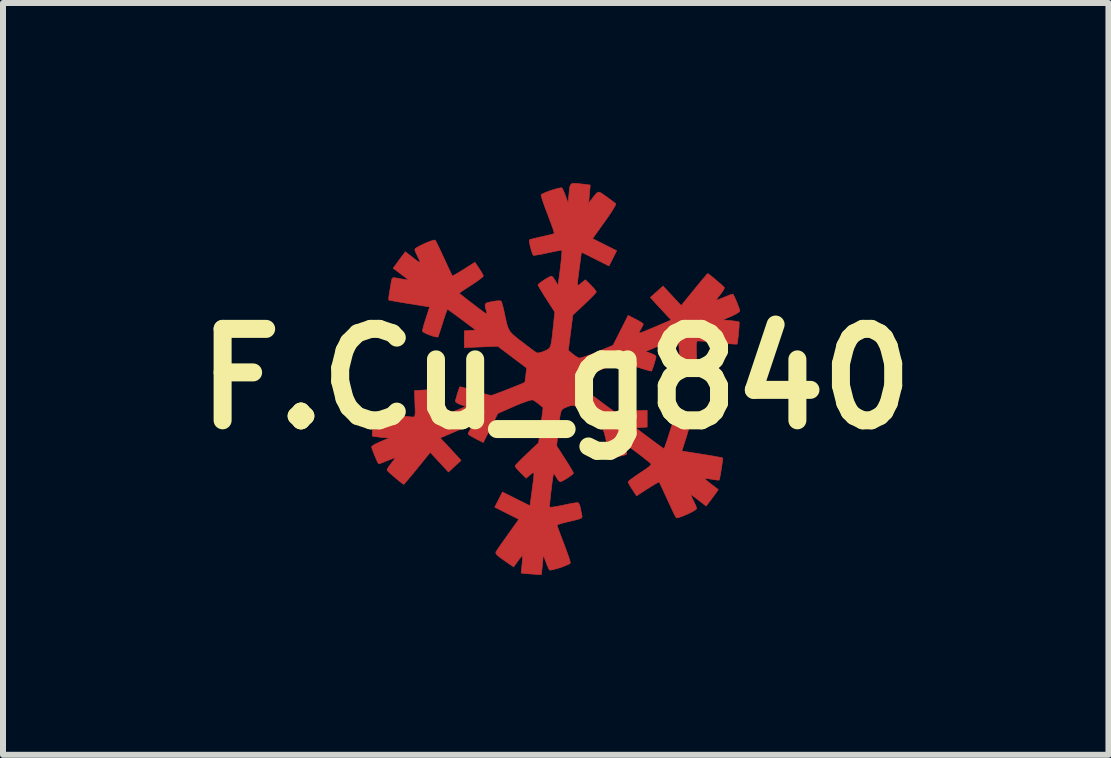
<source format=kicad_pcb>
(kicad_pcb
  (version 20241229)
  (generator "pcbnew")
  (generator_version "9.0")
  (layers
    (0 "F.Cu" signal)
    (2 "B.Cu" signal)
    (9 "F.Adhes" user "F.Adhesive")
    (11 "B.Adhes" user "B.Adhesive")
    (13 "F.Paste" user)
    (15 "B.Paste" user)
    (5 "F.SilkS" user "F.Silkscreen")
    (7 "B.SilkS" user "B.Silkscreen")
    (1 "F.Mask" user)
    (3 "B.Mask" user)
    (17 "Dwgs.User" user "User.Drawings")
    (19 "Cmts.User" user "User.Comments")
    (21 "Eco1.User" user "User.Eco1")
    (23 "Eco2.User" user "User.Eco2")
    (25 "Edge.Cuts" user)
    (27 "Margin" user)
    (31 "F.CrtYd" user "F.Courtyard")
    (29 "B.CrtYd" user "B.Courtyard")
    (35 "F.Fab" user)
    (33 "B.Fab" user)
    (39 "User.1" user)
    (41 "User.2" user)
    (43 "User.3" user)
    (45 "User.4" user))
  (footprint "F.Cu_g840"
    (layer "F.Cu")
    (at 6.212 3.266)
    (property "Reference" "F.Cu_g840" (at 0 0 0) (layer "F.SilkS") (effects (font (size 1.524 1.524) (thickness 0.3))))
    (attr through_hole)
    (fp_poly (pts (xy 0.37 -3.257) (xy 0.462 -3.246) (xy 0.575 -3.232) (xy 0.549 -2.932) (xy 0.598 -2.993) (xy 0.651 -3.062) (xy 0.687 -3.102) (xy 0.717 -3.115) (xy 0.751 -3.103) (xy 0.802 -3.068) (xy 0.847 -3.036) (xy 0.914 -2.987) (xy 0.967 -2.947) (xy 0.999 -2.923) (xy 1.002 -2.921) (xy 0.996 -2.899) (xy 0.969 -2.85) (xy 0.924 -2.778) (xy 0.865 -2.691) (xy 0.816 -2.622) (xy 0.614 -2.339) (xy 0.815 -2.238) (xy 1.016 -2.137) (xy 0.952 -2.011) (xy 0.888 -1.884) (xy 0.429 -2.114) (xy 0.394 -1.856) (xy 0.378 -1.733) (xy 0.367 -1.647) (xy 0.363 -1.593) (xy 0.366 -1.566) (xy 0.377 -1.561) (xy 0.397 -1.573) (xy 0.425 -1.596) (xy 0.426 -1.598) (xy 0.493 -1.654) (xy 0.585 -1.563) (xy 0.634 -1.512) (xy 0.667 -1.471) (xy 0.677 -1.453) (xy 0.663 -1.431) (xy 0.623 -1.387) (xy 0.563 -1.327) (xy 0.49 -1.257) (xy 0.481 -1.248) (xy 0.285 -1.064) (xy 0.21 -0.477) (xy 0.28 -0.419) (xy 0.332 -0.379) (xy 0.376 -0.353) (xy 0.385 -0.349) (xy 0.417 -0.352) (xy 0.479 -0.37) (xy 0.563 -0.399) (xy 0.662 -0.438) (xy 0.688 -0.449) (xy 0.956 -0.561) (xy 1.207 -1.059) (xy 1.334 -0.995) (xy 1.398 -0.96) (xy 1.443 -0.932) (xy 1.46 -0.915) (xy 1.45 -0.888) (xy 1.425 -0.842) (xy 1.418 -0.831) (xy 1.395 -0.787) (xy 1.39 -0.763) (xy 1.392 -0.762) (xy 1.416 -0.77) (xy 1.471 -0.791) (xy 1.55 -0.824) (xy 1.645 -0.863) (xy 1.667 -0.873) (xy 1.926 -0.983) (xy 1.825 -1.089) (xy 1.76 -1.159) (xy 1.693 -1.231) (xy 1.651 -1.277) (xy 1.577 -1.359) (xy 1.683 -1.453) (xy 1.789 -1.548) (xy 1.94 -1.386) (xy 2.091 -1.223) (xy 2.308 -1.49) (xy 2.381 -1.58) (xy 2.445 -1.656) (xy 2.495 -1.715) (xy 2.525 -1.75) (xy 2.533 -1.757) (xy 2.554 -1.744) (xy 2.597 -1.711) (xy 2.653 -1.665) (xy 2.711 -1.615) (xy 2.764 -1.569) (xy 2.8 -1.534) (xy 2.812 -1.52) (xy 2.803 -1.495) (xy 2.774 -1.449) (xy 2.742 -1.407) (xy 2.702 -1.357) (xy 2.679 -1.322) (xy 2.677 -1.312) (xy 2.701 -1.32) (xy 2.753 -1.34) (xy 2.818 -1.366) (xy 2.884 -1.393) (xy 2.934 -1.41) (xy 2.954 -1.413) (xy 2.97 -1.386) (xy 2.995 -1.333) (xy 3.023 -1.267) (xy 3.048 -1.202) (xy 3.065 -1.153) (xy 3.069 -1.134) (xy 3.051 -1.113) (xy 3.003 -1.082) (xy 2.935 -1.049) (xy 2.926 -1.045) (xy 2.783 -0.984) (xy 2.916 -0.972) (xy 2.986 -0.964) (xy 3.037 -0.956) (xy 3.057 -0.95) (xy 3.058 -0.927) (xy 3.056 -0.874) (xy 3.051 -0.803) (xy 3.043 -0.726) (xy 3.035 -0.655) (xy 3.028 -0.603) (xy 3.022 -0.581) (xy 2.999 -0.58) (xy 2.943 -0.583) (xy 2.859 -0.59) (xy 2.757 -0.6) (xy 2.719 -0.604) (xy 2.608 -0.615) (xy 2.51 -0.624) (xy 2.433 -0.631) (xy 2.387 -0.634) (xy 2.381 -0.634) (xy 2.362 -0.632) (xy 2.35 -0.62) (xy 2.344 -0.591) (xy 2.342 -0.537) (xy 2.345 -0.451) (xy 2.346 -0.415) (xy 2.354 -0.194) (xy 2.22 -0.186) (xy 2.15 -0.182) (xy 2.099 -0.18) (xy 2.081 -0.18) (xy 2.078 -0.2) (xy 2.073 -0.254) (xy 2.068 -0.334) (xy 2.062 -0.429) (xy 2.055 -0.526) (xy 2.049 -0.605) (xy 2.043 -0.658) (xy 2.038 -0.677) (xy 2.016 -0.67) (xy 1.963 -0.649) (xy 1.885 -0.618) (xy 1.79 -0.579) (xy 1.762 -0.568) (xy 1.495 -0.458) (xy 1.583 -0.428) (xy 1.637 -0.405) (xy 1.669 -0.381) (xy 1.672 -0.372) (xy 1.666 -0.342) (xy 1.651 -0.287) (xy 1.632 -0.224) (xy 1.613 -0.168) (xy 1.599 -0.134) (xy 1.597 -0.131) (xy 1.576 -0.134) (xy 1.523 -0.148) (xy 1.446 -0.171) (xy 1.353 -0.2) (xy 1.257 -0.229) (xy 1.174 -0.254) (xy 1.113 -0.27) (xy 1.084 -0.275) (xy 1.054 -0.268) (xy 0.993 -0.247) (xy 0.909 -0.216) (xy 0.81 -0.177) (xy 0.783 -0.166) (xy 0.512 -0.057) (xy 0.498 0.059) (xy 0.493 0.126) (xy 0.495 0.175) (xy 0.501 0.191) (xy 0.524 0.209) (xy 0.574 0.247) (xy 0.644 0.3) (xy 0.728 0.362) (xy 0.747 0.377) (xy 0.976 0.545) (xy 1.25 0.534) (xy 1.524 0.523) (xy 1.524 0.802) (xy 1.428 0.808) (xy 1.332 0.815) (xy 1.565 0.99) (xy 1.65 1.053) (xy 1.723 1.106) (xy 1.776 1.144) (xy 1.803 1.163) (xy 1.805 1.164) (xy 1.814 1.145) (xy 1.832 1.094) (xy 1.858 1.019) (xy 1.884 0.937) (xy 1.913 0.845) (xy 1.938 0.77) (xy 1.955 0.718) (xy 1.962 0.7) (xy 1.986 0.699) (xy 2.035 0.71) (xy 2.097 0.731) (xy 2.157 0.755) (xy 2.203 0.779) (xy 2.222 0.797) (xy 2.223 0.797) (xy 2.216 0.829) (xy 2.2 0.89) (xy 2.176 0.97) (xy 2.162 1.013) (xy 2.102 1.201) (xy 2.439 1.255) (xy 2.553 1.273) (xy 2.651 1.29) (xy 2.727 1.304) (xy 2.772 1.313) (xy 2.783 1.316) (xy 2.782 1.338) (xy 2.776 1.391) (xy 2.766 1.461) (xy 2.754 1.538) (xy 2.742 1.608) (xy 2.731 1.662) (xy 2.724 1.686) (xy 2.724 1.686) (xy 2.701 1.686) (xy 2.649 1.68) (xy 2.603 1.672) (xy 2.54 1.662) (xy 2.495 1.657) (xy 2.483 1.659) (xy 2.495 1.674) (xy 2.533 1.707) (xy 2.589 1.752) (xy 2.593 1.755) (xy 2.71 1.844) (xy 2.646 1.933) (xy 2.6 1.995) (xy 2.559 2.051) (xy 2.544 2.07) (xy 2.507 2.118) (xy 2.383 2.022) (xy 2.323 1.976) (xy 2.276 1.942) (xy 2.252 1.926) (xy 2.251 1.926) (xy 2.255 1.943) (xy 2.275 1.987) (xy 2.296 2.031) (xy 2.326 2.093) (xy 2.345 2.142) (xy 2.349 2.159) (xy 2.332 2.179) (xy 2.285 2.208) (xy 2.221 2.24) (xy 2.15 2.272) (xy 2.083 2.298) (xy 2.033 2.314) (xy 2.009 2.313) (xy 1.994 2.289) (xy 1.966 2.233) (xy 1.928 2.153) (xy 1.883 2.057) (xy 1.862 2.011) (xy 1.816 1.91) (xy 1.776 1.824) (xy 1.745 1.759) (xy 1.727 1.722) (xy 1.724 1.717) (xy 1.704 1.725) (xy 1.657 1.751) (xy 1.59 1.792) (xy 1.532 1.828) (xy 1.348 1.948) (xy 1.277 1.842) (xy 1.239 1.783) (xy 1.214 1.736) (xy 1.206 1.716) (xy 1.223 1.697) (xy 1.269 1.661) (xy 1.336 1.613) (xy 1.409 1.564) (xy 1.498 1.505) (xy 1.555 1.463) (xy 1.584 1.435) (xy 1.589 1.416) (xy 1.584 1.408) (xy 1.539 1.371) (xy 1.477 1.321) (xy 1.405 1.265) (xy 1.33 1.208) (xy 1.259 1.156) (xy 1.201 1.114) (xy 1.163 1.089) (xy 1.152 1.084) (xy 1.152 1.108) (xy 1.162 1.156) (xy 1.165 1.165) (xy 1.178 1.217) (xy 1.185 1.249) (xy 1.185 1.251) (xy 1.166 1.263) (xy 1.119 1.277) (xy 1.056 1.29) (xy 0.992 1.299) (xy 0.939 1.303) (xy 0.912 1.299) (xy 0.911 1.298) (xy 0.9 1.27) (xy 0.883 1.212) (xy 0.864 1.135) (xy 0.859 1.111) (xy 0.833 0.992) (xy 0.812 0.904) (xy 0.79 0.84) (xy 0.762 0.79) (xy 0.723 0.745) (xy 0.667 0.697) (xy 0.588 0.636) (xy 0.546 0.604) (xy 0.451 0.531) (xy 0.382 0.482) (xy 0.331 0.452) (xy 0.289 0.441) (xy 0.249 0.444) (xy 0.202 0.46) (xy 0.158 0.478) (xy 0.129 0.491) (xy 0.108 0.508) (xy 0.092 0.533) (xy 0.079 0.575) (xy 0.068 0.64) (xy 0.056 0.733) (xy 0.042 0.862) (xy 0.041 0.87) (xy 0.015 1.115) (xy 0.156 1.334) (xy 0.21 1.419) (xy 0.254 1.492) (xy 0.284 1.545) (xy 0.296 1.57) (xy 0.296 1.57) (xy 0.28 1.59) (xy 0.238 1.622) (xy 0.184 1.658) (xy 0.13 1.69) (xy 0.087 1.711) (xy 0.074 1.714) (xy 0.051 1.697) (xy 0.021 1.655) (xy 0.012 1.64) (xy -0.015 1.596) (xy -0.033 1.574) (xy -0.035 1.574) (xy -0.041 1.597) (xy -0.05 1.653) (xy -0.061 1.731) (xy -0.072 1.823) (xy -0.084 1.918) (xy -0.093 2.006) (xy -0.1 2.078) (xy -0.103 2.124) (xy -0.102 2.135) (xy -0.08 2.138) (xy -0.026 2.132) (xy 0.053 2.118) (xy 0.127 2.103) (xy 0.22 2.083) (xy 0.299 2.069) (xy 0.353 2.061) (xy 0.373 2.062) (xy 0.392 2.087) (xy 0.408 2.137) (xy 0.412 2.152) (xy 0.424 2.218) (xy 0.436 2.273) (xy 0.437 2.279) (xy 0.439 2.3) (xy 0.429 2.316) (xy 0.398 2.331) (xy 0.342 2.347) (xy 0.252 2.369) (xy 0.235 2.372) (xy 0.146 2.394) (xy 0.076 2.413) (xy 0.032 2.429) (xy 0.021 2.436) (xy 0.028 2.46) (xy 0.049 2.517) (xy 0.079 2.598) (xy 0.117 2.697) (xy 0.138 2.752) (xy 0.177 2.857) (xy 0.21 2.948) (xy 0.233 3.019) (xy 0.244 3.061) (xy 0.244 3.069) (xy 0.217 3.087) (xy 0.164 3.111) (xy 0.095 3.137) (xy 0.022 3.16) (xy -0.044 3.178) (xy -0.09 3.186) (xy -0.104 3.183) (xy -0.121 3.154) (xy -0.145 3.099) (xy -0.164 3.048) (xy -0.207 2.932) (xy -0.222 3.096) (xy -0.238 3.26) (xy -0.325 3.256) (xy -0.406 3.251) (xy -0.487 3.245) (xy -0.494 3.244) (xy -0.576 3.236) (xy -0.561 3.089) (xy -0.555 3.016) (xy -0.553 2.964) (xy -0.555 2.942) (xy -0.555 2.942) (xy -0.571 2.958) (xy -0.604 2.998) (xy -0.633 3.038) (xy -0.701 3.133) (xy -0.858 3.025) (xy -0.934 2.97) (xy -0.979 2.932) (xy -0.994 2.91) (xy -0.55 2.91) (xy -0.54 2.921) (xy -0.529 2.91) (xy -0.54 2.9) (xy -0.55 2.91) (xy -0.994 2.91) (xy -0.998 2.904) (xy -0.997 2.883) (xy -0.996 2.882) (xy -0.977 2.853) (xy -0.939 2.796) (xy -0.886 2.72) (xy -0.822 2.631) (xy -0.796 2.593) (xy -0.614 2.339) (xy -0.815 2.238) (xy -1.016 2.137) (xy -0.952 2.011) (xy -0.888 1.884) (xy -0.429 2.114) (xy -0.394 1.856) (xy -0.378 1.733) (xy -0.367 1.647) (xy -0.363 1.593) (xy -0.367 1.566) (xy -0.377 1.561) (xy -0.397 1.573) (xy -0.425 1.596) (xy -0.427 1.597) (xy -0.493 1.654) (xy -0.585 1.563) (xy -0.634 1.512) (xy -0.667 1.471) (xy -0.677 1.453) (xy -0.663 1.431) (xy -0.623 1.387) (xy -0.563 1.327) (xy -0.49 1.257) (xy -0.481 1.248) (xy -0.285 1.064) (xy -0.21 0.477) (xy -0.28 0.419) (xy -0.332 0.379) (xy -0.376 0.352) (xy -0.385 0.349) (xy -0.417 0.352) (xy -0.48 0.371) (xy -0.565 0.402) (xy -0.666 0.443) (xy -0.693 0.455) (xy -0.965 0.574) (xy -1.086 0.816) (xy -1.207 1.059) (xy -1.334 0.995) (xy -1.398 0.96) (xy -1.443 0.932) (xy -1.46 0.915) (xy -1.45 0.888) (xy -1.425 0.842) (xy -1.418 0.831) (xy -1.395 0.787) (xy -1.39 0.763) (xy -1.392 0.762) (xy -1.416 0.77) (xy -1.471 0.791) (xy -1.55 0.824) (xy -1.645 0.863) (xy -1.667 0.873) (xy -1.926 0.983) (xy -1.825 1.089) (xy -1.76 1.159) (xy -1.693 1.231) (xy -1.651 1.277) (xy -1.577 1.358) (xy -1.683 1.455) (xy -1.788 1.551) (xy -2.091 1.223) (xy -2.308 1.49) (xy -2.381 1.58) (xy -2.445 1.656) (xy -2.495 1.715) (xy -2.525 1.75) (xy -2.533 1.757) (xy -2.554 1.744) (xy -2.597 1.711) (xy -2.653 1.665) (xy -2.711 1.615) (xy -2.764 1.569) (xy -2.8 1.534) (xy -2.812 1.52) (xy -2.803 1.495) (xy -2.774 1.449) (xy -2.742 1.407) (xy -2.702 1.357) (xy -2.679 1.322) (xy -2.677 1.312) (xy -2.701 1.32) (xy -2.753 1.34) (xy -2.818 1.366) (xy -2.884 1.393) (xy -2.933 1.41) (xy -2.953 1.414) (xy -2.968 1.388) (xy -2.992 1.335) (xy -3.02 1.27) (xy -3.045 1.205) (xy -3.064 1.154) (xy -3.069 1.132) (xy -3.051 1.112) (xy -3.003 1.083) (xy -2.934 1.051) (xy -2.921 1.045) (xy -2.773 0.984) (xy -2.91 0.972) (xy -2.982 0.964) (xy -3.035 0.957) (xy -3.057 0.951) (xy -3.058 0.928) (xy -3.056 0.874) (xy -3.05 0.803) (xy -3.043 0.726) (xy -3.035 0.655) (xy -3.028 0.603) (xy -3.022 0.581) (xy -2.999 0.58) (xy -2.943 0.583) (xy -2.859 0.59) (xy -2.757 0.6) (xy -2.719 0.604) (xy -2.608 0.615) (xy -2.51 0.624) (xy -2.433 0.631) (xy -2.387 0.634) (xy -2.381 0.634) (xy -2.362 0.632) (xy -2.35 0.62) (xy -2.344 0.591) (xy -2.342 0.537) (xy -2.345 0.451) (xy -2.346 0.415) (xy -2.354 0.194) (xy -2.22 0.186) (xy -2.15 0.182) (xy -2.099 0.18) (xy -2.081 0.18) (xy -2.078 0.2) (xy -2.073 0.254) (xy -2.068 0.334) (xy -2.062 0.429) (xy -2.055 0.526) (xy -2.049 0.605) (xy -2.043 0.658) (xy -2.038 0.677) (xy -2.016 0.67) (xy -1.963 0.649) (xy -1.885 0.618) (xy -1.79 0.579) (xy -1.762 0.568) (xy -1.495 0.458) (xy -1.583 0.428) (xy -1.637 0.405) (xy -1.669 0.381) (xy -1.672 0.372) (xy -1.666 0.342) (xy -1.651 0.287) (xy -1.632 0.224) (xy -1.613 0.168) (xy -1.599 0.134) (xy -1.597 0.131) (xy -1.576 0.134) (xy -1.523 0.148) (xy -1.445 0.171) (xy -1.351 0.199) (xy -1.35 0.2) (xy -1.253 0.229) (xy -1.169 0.253) (xy -1.107 0.269) (xy -1.077 0.275) (xy -1.051 0.268) (xy -0.995 0.248) (xy -0.917 0.219) (xy -0.828 0.185) (xy -0.735 0.148) (xy -0.649 0.114) (xy -0.577 0.084) (xy -0.53 0.063) (xy -0.515 0.056) (xy -0.511 0.035) (xy -0.504 -0.015) (xy -0.498 -0.065) (xy -0.483 -0.182) (xy -0.725 -0.364) (xy -0.967 -0.546) (xy -1.245 -0.534) (xy -1.524 -0.523) (xy -1.524 -0.802) (xy -1.428 -0.808) (xy -1.332 -0.815) (xy -1.565 -0.99) (xy -1.65 -1.053) (xy -1.723 -1.106) (xy -1.776 -1.144) (xy -1.803 -1.163) (xy -1.805 -1.164) (xy -1.814 -1.145) (xy -1.832 -1.094) (xy -1.858 -1.019) (xy -1.884 -0.937) (xy -1.913 -0.845) (xy -1.938 -0.77) (xy -1.955 -0.718) (xy -1.962 -0.7) (xy -1.986 -0.699) (xy -2.035 -0.71) (xy -2.097 -0.731) (xy -2.157 -0.755) (xy -2.203 -0.779) (xy -2.222 -0.797) (xy -2.223 -0.797) (xy -2.216 -0.829) (xy -2.2 -0.89) (xy -2.176 -0.97) (xy -2.162 -1.013) (xy -2.102 -1.201) (xy -2.439 -1.255) (xy -2.553 -1.273) (xy -2.652 -1.29) (xy -2.727 -1.304) (xy -2.773 -1.313) (xy -2.783 -1.316) (xy -2.784 -1.339) (xy -2.778 -1.391) (xy -2.771 -1.439) (xy -2.757 -1.52) (xy -2.745 -1.595) (xy -2.74 -1.626) (xy -2.728 -1.673) (xy -2.706 -1.689) (xy -2.671 -1.685) (xy -2.611 -1.674) (xy -2.54 -1.662) (xy -2.529 -1.66) (xy -2.445 -1.646) (xy -2.577 -1.746) (xy -2.709 -1.845) (xy -2.645 -1.933) (xy -2.6 -1.996) (xy -2.558 -2.052) (xy -2.543 -2.071) (xy -2.506 -2.12) (xy -2.401 -2.038) (xy -2.327 -1.98) (xy -2.282 -1.949) (xy -2.263 -1.945) (xy -2.265 -1.966) (xy -2.287 -2.013) (xy -2.295 -2.029) (xy -2.325 -2.092) (xy -2.345 -2.141) (xy -2.349 -2.16) (xy -2.332 -2.179) (xy -2.285 -2.208) (xy -2.221 -2.24) (xy -2.15 -2.272) (xy -2.084 -2.298) (xy -2.033 -2.314) (xy -2.009 -2.313) (xy -1.994 -2.289) (xy -1.966 -2.233) (xy -1.928 -2.154) (xy -1.883 -2.057) (xy -1.861 -2.011) (xy -1.815 -1.91) (xy -1.775 -1.824) (xy -1.744 -1.759) (xy -1.727 -1.723) (xy -1.724 -1.717) (xy -1.704 -1.725) (xy -1.657 -1.751) (xy -1.59 -1.791) (xy -1.532 -1.827) (xy -1.347 -1.945) (xy -1.277 -1.841) (xy -1.239 -1.782) (xy -1.213 -1.735) (xy -1.206 -1.715) (xy -1.223 -1.696) (xy -1.269 -1.659) (xy -1.336 -1.611) (xy -1.408 -1.564) (xy -1.488 -1.512) (xy -1.552 -1.47) (xy -1.595 -1.44) (xy -1.609 -1.43) (xy -1.593 -1.416) (xy -1.551 -1.382) (xy -1.491 -1.335) (xy -1.419 -1.279) (xy -1.344 -1.222) (xy -1.274 -1.169) (xy -1.215 -1.125) (xy -1.176 -1.097) (xy -1.167 -1.091) (xy -1.147 -1.087) (xy -1.15 -1.114) (xy -1.172 -1.19) (xy -1.178 -1.236) (xy -1.162 -1.262) (xy -1.119 -1.277) (xy -1.057 -1.29) (xy -0.987 -1.301) (xy -0.933 -1.303) (xy -0.91 -1.298) (xy -0.898 -1.27) (xy -0.882 -1.212) (xy -0.863 -1.135) (xy -0.858 -1.111) (xy -0.833 -0.992) (xy -0.812 -0.906) (xy -0.79 -0.842) (xy -0.762 -0.792) (xy -0.722 -0.747) (xy -0.665 -0.697) (xy -0.585 -0.634) (xy -0.562 -0.617) (xy -0.477 -0.552) (xy -0.403 -0.496) (xy -0.347 -0.455) (xy -0.315 -0.434) (xy -0.312 -0.433) (xy -0.277 -0.435) (xy -0.221 -0.451) (xy -0.187 -0.465) (xy -0.148 -0.483) (xy -0.119 -0.5) (xy -0.098 -0.525) (xy -0.083 -0.562) (xy -0.07 -0.62) (xy -0.059 -0.704) (xy -0.046 -0.821) (xy -0.041 -0.87) (xy -0.015 -1.115) (xy -0.156 -1.334) (xy -0.21 -1.419) (xy -0.254 -1.491) (xy -0.284 -1.543) (xy -0.296 -1.567) (xy -0.296 -1.568) (xy -0.28 -1.587) (xy -0.239 -1.618) (xy -0.185 -1.655) (xy -0.13 -1.688) (xy -0.087 -1.71) (xy -0.071 -1.714) (xy -0.049 -1.698) (xy -0.018 -1.656) (xy -0.007 -1.637) (xy 0.038 -1.56) (xy 0.05 -1.643) (xy 0.063 -1.734) (xy 0.075 -1.834) (xy 0.087 -1.934) (xy 0.096 -2.023) (xy 0.102 -2.094) (xy 0.104 -2.137) (xy 0.103 -2.146) (xy 0.081 -2.145) (xy 0.026 -2.135) (xy -0.053 -2.119) (xy -0.127 -2.103) (xy -0.22 -2.083) (xy -0.298 -2.069) (xy -0.353 -2.061) (xy -0.372 -2.061) (xy -0.386 -2.084) (xy -0.403 -2.134) (xy -0.421 -2.196) (xy -0.434 -2.258) (xy -0.441 -2.304) (xy -0.439 -2.32) (xy -0.417 -2.327) (xy -0.363 -2.341) (xy -0.286 -2.359) (xy -0.233 -2.371) (xy -0.146 -2.391) (xy -0.077 -2.408) (xy -0.033 -2.42) (xy -0.024 -2.424) (xy -0.028 -2.446) (xy -0.045 -2.501) (xy -0.073 -2.58) (xy -0.11 -2.679) (xy -0.134 -2.743) (xy -0.175 -2.85) (xy -0.196 -2.91) (xy 0.529 -2.91) (xy 0.54 -2.9) (xy 0.55 -2.91) (xy 0.54 -2.921) (xy 0.529 -2.91) (xy -0.196 -2.91) (xy -0.208 -2.943) (xy -0.231 -3.015) (xy -0.243 -3.059) (xy -0.244 -3.069) (xy -0.217 -3.087) (xy -0.164 -3.111) (xy -0.095 -3.137) (xy -0.022 -3.16) (xy 0.044 -3.178) (xy 0.09 -3.186) (xy 0.104 -3.184) (xy 0.121 -3.154) (xy 0.145 -3.099) (xy 0.164 -3.048) (xy 0.207 -2.932) (xy 0.222 -3.096) (xy 0.23 -3.174) (xy 0.241 -3.224) (xy 0.262 -3.252) (xy 0.303 -3.261) (xy 0.37 -3.257)) (stroke (width 0.01) (type solid)) (fill yes) (layer "F.Cu")))
  (gr_rect
    (start -3 -3)
    (end 15.424 9.53)
    (stroke (width 0.1) (type default))
    (fill no)
    (layer "Edge.Cuts")))
</source>
